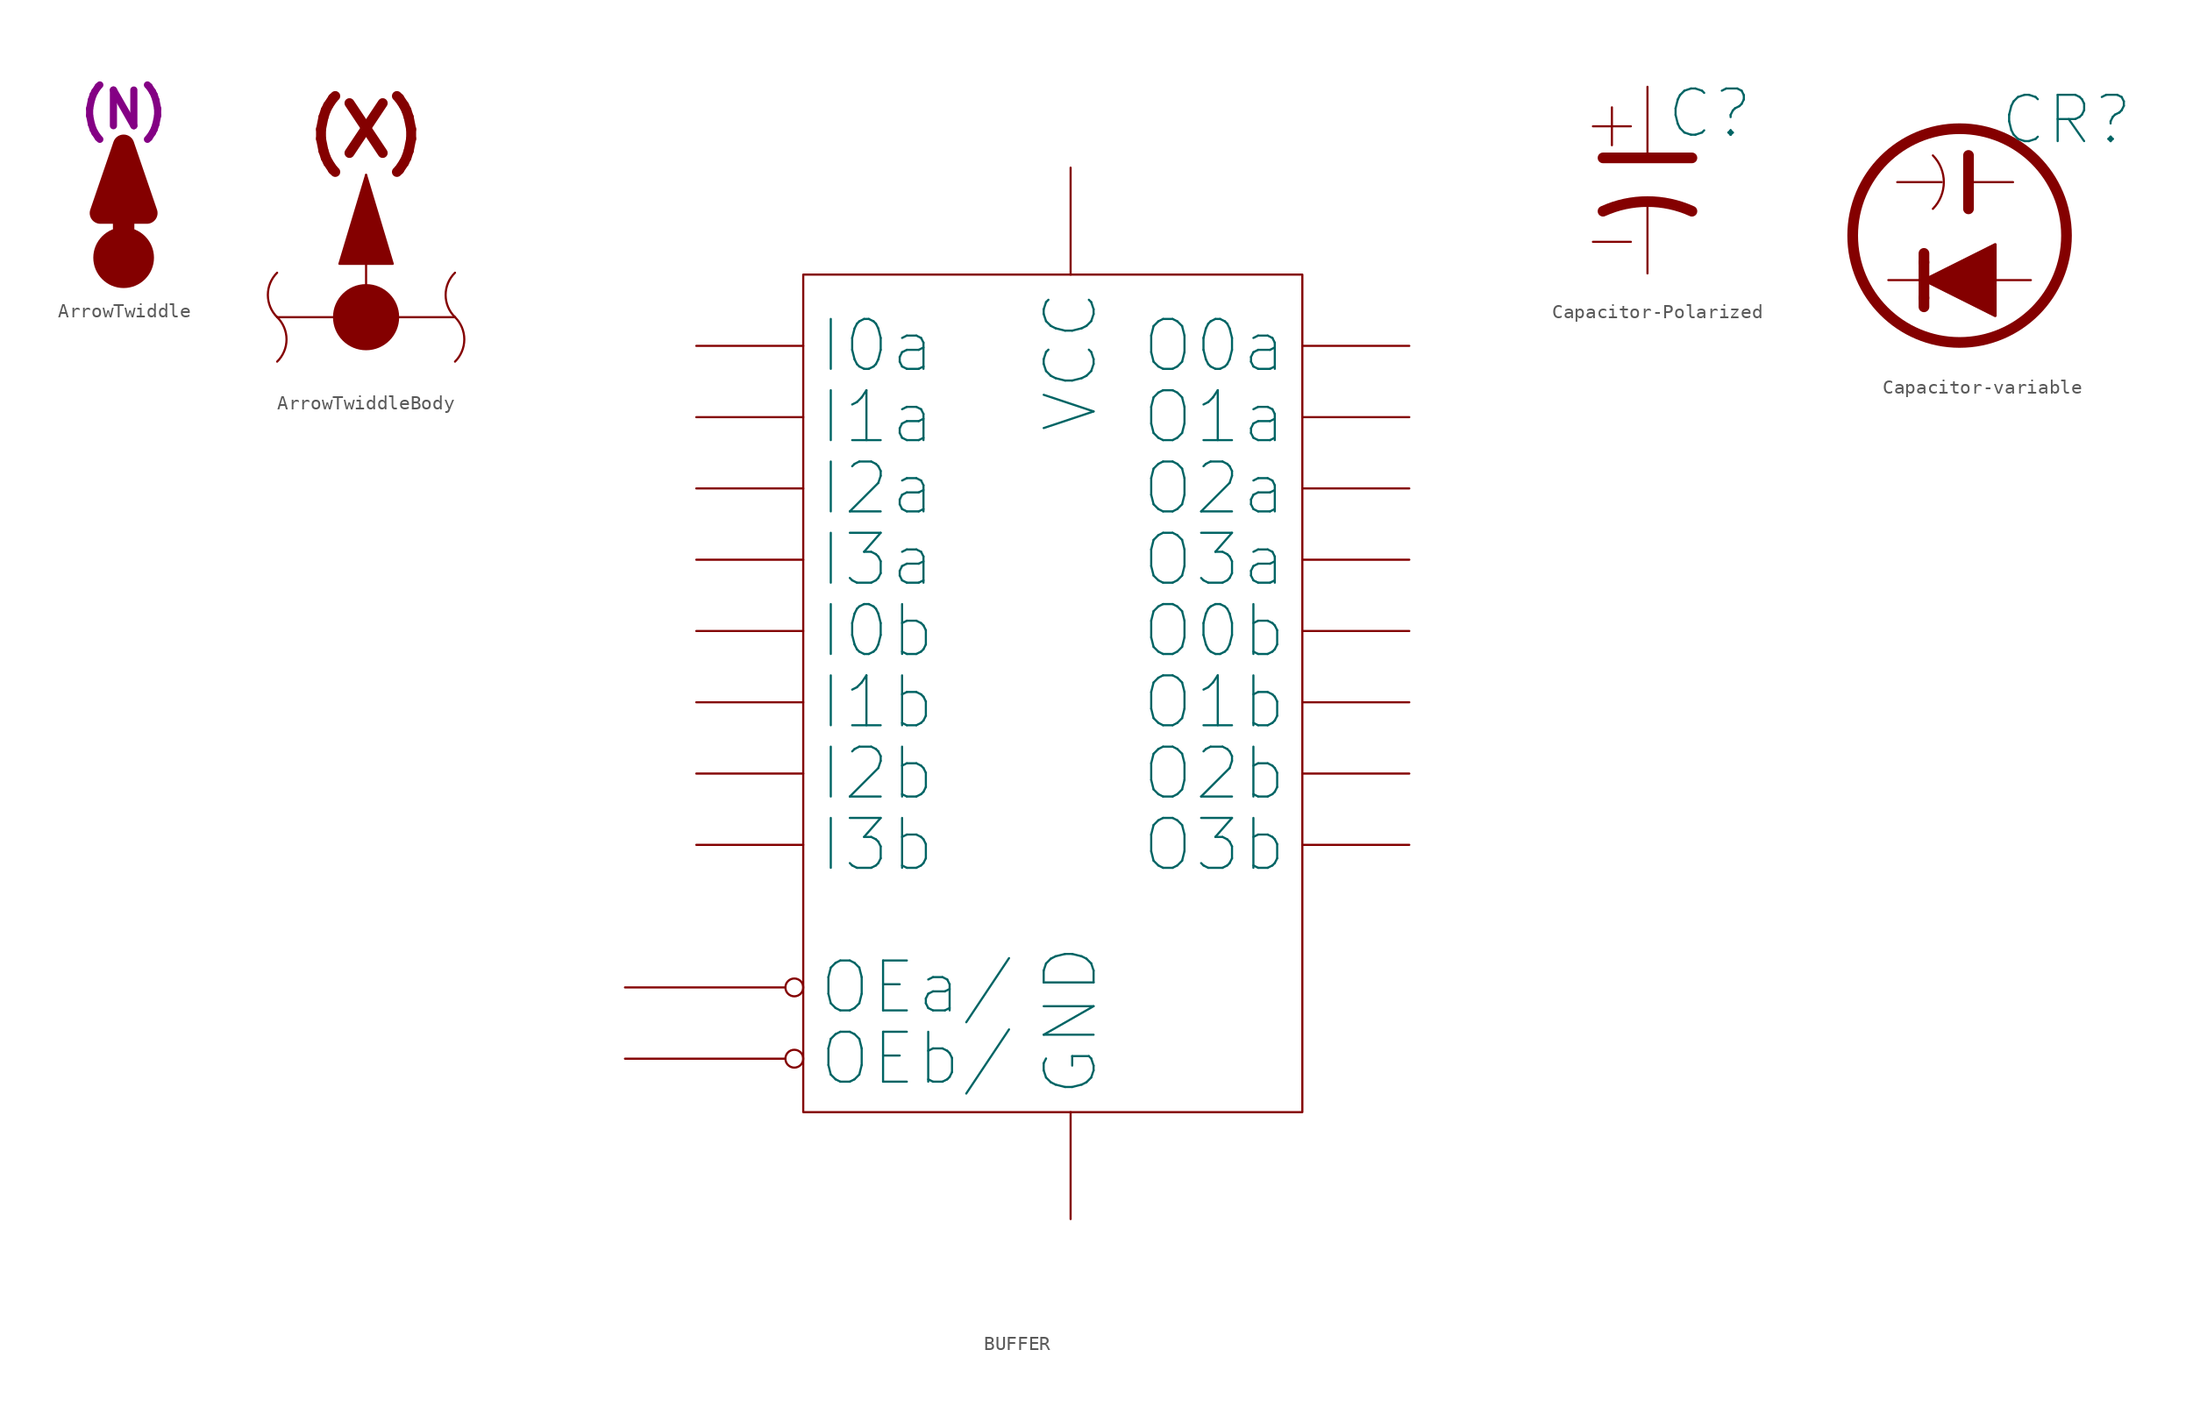
<source format=kicad_sym>
(kicad_symbol_lib
  (version 20211014)
  (generator kicad_symbol_editor)
  (symbol "ArrowTwiddle"
    (pin_numbers hide)
    (pin_names
      (offset 0) hide)
    (property "Reference" "X"
      (at 0 13.335 0)
      (effects (font (size 1.27 1.27)) hide))
    (property "Number" "(N)"
      (at 0 10.541 0)
      (effects (font (size 2.54 2.54) bold)))
    (symbol "ArrowTwiddle_0_0"
      (pin passive line (at 0 0 90) (length 0) (name "pwr" (effects (font (size 1.27 1.27)))) (number "1" (effects (font (size 1.27 1.27))))))
    (symbol "ArrowTwiddle_0_1"
      (polyline (pts (xy 0 0) (xy 0 7.874)) (stroke (width 1.524) (type default) (color 0 0 0 0)) (fill (type none)))
      (polyline (pts (xy 0 8.001) (xy -1.651 3.175) (xy 1.651 3.175) (xy 0 8.001)) (stroke (width 1.524) (type default) (color 0 0 0 0)) (fill (type outline)))
      (circle (center 0 0) (radius 0.635) (stroke (width 1.524) (type default) (color 0 0 0 0)) (fill (type none)))))
  (symbol "ArrowTwiddleBody"
    (pin_names
      (offset 1.016))
    (property "Reference" "X"
      (at 1.905 19.05 0)
      (effects (font (size 3.556 3.556)) hide))
    (symbol "ArrowTwiddleBody_0_0"
      (polyline (pts (xy -6.35 0) (xy 6.35 0)) (stroke (width 0) (type default) (color 0 0 0 0)) (fill (type none)))
      (polyline (pts (xy 0 0) (xy 0 10.16)) (stroke (width 0) (type default) (color 0 0 0 0)) (fill (type none)))
      (text "(X)" (at 0 13.335 0) (effects (font (size 3.556 3.556) bold))))
    (symbol "ArrowTwiddleBody_0_1"
      (arc (start -6.35 -3.175) (mid -5.6797 -1.5838) (end -6.35 0) (stroke (width 0) (type default) (color 0 0 0 0)) (fill (type none)))
      (arc (start -6.35 3.175) (mid -7.0128 1.5839) (end -6.35 0) (stroke (width 0) (type default) (color 0 0 0 0)) (fill (type none)))
      (polyline (pts (xy 0 10.16) (xy -1.905 3.81) (xy 1.905 3.81) (xy 0 10.16)) (stroke (width 0) (type default) (color 0 0 0 0)) (fill (type outline)))
      (circle (center 0 0) (radius 2.286) (stroke (width 0) (type default) (color 0 0 0 0)) (fill (type outline)))
      (arc (start 6.35 -3.175) (mid 7.0128 -1.5839) (end 6.35 0) (stroke (width 0) (type default) (color 0 0 0 0)) (fill (type none)))
      (arc (start 6.35 3.175) (mid 5.6797 1.5838) (end 6.35 0) (stroke (width 0) (type default) (color 0 0 0 0)) (fill (type none)))))
  (symbol "BUFFER"
    (pin_numbers hide)
    (pin_names
      (offset 1.016))
    (property "Reference" "B"
      (at -7.62 0 0)
      (effects (font (size 3.556 3.556)) hide))
    (symbol "BUFFER_0_1"
      (polyline (pts (xy -7.62 -5.08) (xy -7.62 -64.77) (xy 27.94 -64.77) (xy 27.94 -5.08) (xy -7.62 -5.08)) (stroke (width 0) (type default) (color 0 0 0 0)) (fill (type none))))
    (symbol "BUFFER_1_1"
      (pin input inverted (at -20.32 -55.88 0) (length 12.7) (name "OEa/" (effects (font (size 3.556 3.556)))) (number "1" (effects (font (size 3.556 3.556)))))
      (pin power_in line (at 11.43 -72.39 90) (length 7.62) (name "GND" (effects (font (size 3.556 3.556)))) (number "10" (effects (font (size 3.556 3.556)))))
      (pin input line (at -15.24 -30.48 0) (length 7.62) (name "I0b" (effects (font (size 3.556 3.556)))) (number "11" (effects (font (size 3.556 3.556)))))
      (pin tri_state line (at 35.56 -25.4 180) (length 7.62) (name "O3a" (effects (font (size 3.556 3.556)))) (number "12" (effects (font (size 3.556 3.556)))))
      (pin input line (at -15.24 -35.56 0) (length 7.62) (name "I1b" (effects (font (size 3.556 3.556)))) (number "13" (effects (font (size 3.556 3.556)))))
      (pin tri_state line (at 35.56 -20.32 180) (length 7.62) (name "O2a" (effects (font (size 3.556 3.556)))) (number "14" (effects (font (size 3.556 3.556)))))
      (pin input line (at -15.24 -40.64 0) (length 7.62) (name "I2b" (effects (font (size 3.556 3.556)))) (number "15" (effects (font (size 3.556 3.556)))))
      (pin tri_state line (at 35.56 -15.24 180) (length 7.62) (name "O1a" (effects (font (size 3.556 3.556)))) (number "16" (effects (font (size 3.556 3.556)))))
      (pin input line (at -15.24 -45.72 0) (length 7.62) (name "I3b" (effects (font (size 3.556 3.556)))) (number "17" (effects (font (size 3.556 3.556)))))
      (pin tri_state line (at 35.56 -10.16 180) (length 7.62) (name "O0a" (effects (font (size 3.556 3.556)))) (number "18" (effects (font (size 3.556 3.556)))))
      (pin input inverted (at -20.32 -60.96 0) (length 12.7) (name "OEb/" (effects (font (size 3.556 3.556)))) (number "19" (effects (font (size 3.556 3.556)))))
      (pin input line (at -15.24 -10.16 0) (length 7.62) (name "I0a" (effects (font (size 3.556 3.556)))) (number "2" (effects (font (size 3.556 3.556)))))
      (pin power_in line (at 11.43 2.54 270) (length 7.62) (name "VCC" (effects (font (size 3.556 3.556)))) (number "20" (effects (font (size 3.556 3.556)))))
      (pin tri_state line (at 35.56 -45.72 180) (length 7.62) (name "O3b" (effects (font (size 3.556 3.556)))) (number "3" (effects (font (size 3.556 3.556)))))
      (pin input line (at -15.24 -15.24 0) (length 7.62) (name "I1a" (effects (font (size 3.556 3.556)))) (number "4" (effects (font (size 3.556 3.556)))))
      (pin tri_state line (at 35.56 -40.64 180) (length 7.62) (name "O2b" (effects (font (size 3.556 3.556)))) (number "5" (effects (font (size 3.556 3.556)))))
      (pin input line (at -15.24 -20.32 0) (length 7.62) (name "I2a" (effects (font (size 3.556 3.556)))) (number "6" (effects (font (size 3.556 3.556)))))
      (pin tri_state line (at 35.56 -35.56 180) (length 7.62) (name "O1b" (effects (font (size 3.556 3.556)))) (number "7" (effects (font (size 3.556 3.556)))))
      (pin input line (at -15.24 -25.4 0) (length 7.62) (name "I3a" (effects (font (size 3.556 3.556)))) (number "8" (effects (font (size 3.556 3.556)))))
      (pin tri_state line (at 35.56 -30.48 180) (length 7.62) (name "O0b" (effects (font (size 3.556 3.556)))) (number "9" (effects (font (size 3.556 3.556)))))))
  (symbol "Capacitor-Polarized"
    (pin_numbers hide)
    (pin_names
      (offset 0) hide)
    (property "Reference" "C"
      (at 4.445 5.08 0)
      (effects (font (size 3.302 3.302))))
    (symbol "Capacitor-Polarized_0_0"
      (text "+" (at -2.54 4.445 0) (effects (font (size 3.556 3.556))))
      (text "-" (at -2.54 -3.81 0) (effects (font (size 3.556 3.556)))))
    (symbol "Capacitor-Polarized_0_1"
      (polyline (pts (xy -3.175 1.905) (xy 3.175 1.905)) (stroke (width 0.762) (type default) (color 0 0 0 0)) (fill (type none)))
      (arc (start 3.175 -1.905) (mid 0 -1.2173) (end -3.175 -1.905) (stroke (width 0.762) (type default) (color 0 0 0 0)) (fill (type none))))
    (symbol "Capacitor-Polarized_1_1"
      (pin passive line (at 0 6.985 270) (length 5.08) (name "1" (effects (font (size 1.27 1.27)))) (number "1" (effects (font (size 1.27 1.27)))))
      (pin passive line (at 0 -6.35 90) (length 5.08) (name "2" (effects (font (size 1.27 1.27)))) (number "2" (effects (font (size 1.27 1.27)))))))
  (symbol "Capacitor-variable"
    (pin_numbers hide)
    (pin_names
      (offset 1.016) hide)
    (property "Reference" "CR"
      (at 7.62 11.43 0)
      (effects (font (size 3.302 3.302))))
    (symbol "Capacitor-variable_0_1"
      (arc (start -1.905 5.08) (mid -1.1233 6.985) (end -1.905 8.89) (stroke (width 0) (type default) (color 0 0 0 0)) (fill (type none)))
      (polyline (pts (xy -2.54 -1.27) (xy -2.54 -1.905)) (stroke (width 0.762) (type default) (color 0 0 0 0)) (fill (type none)))
      (polyline (pts (xy -2.54 1.27) (xy -2.54 -1.27)) (stroke (width 0.762) (type default) (color 0 0 0 0)) (fill (type none)))
      (polyline (pts (xy -2.54 1.27) (xy -2.54 1.905)) (stroke (width 0.762) (type default) (color 0 0 0 0)) (fill (type none)))
      (polyline (pts (xy -1.27 6.985) (xy -4.445 6.985)) (stroke (width 0) (type default) (color 0 0 0 0)) (fill (type none)))
      (polyline (pts (xy 0.635 8.89) (xy 0.635 5.08)) (stroke (width 0.762) (type default) (color 0 0 0 0)) (fill (type none)))
      (polyline (pts (xy -2.54 0) (xy 2.54 -2.54) (xy 2.54 2.54) (xy -2.54 0)) (stroke (width 0.203) (type default) (color 0 0 0 0)) (fill (type outline)))
      (polyline (pts (xy 2.54 6.985) (xy 0.635 6.985) (xy 2.54 6.985) (xy 3.81 6.985) (xy 0.635 6.985)) (stroke (width 0) (type default) (color 0 0 0 0)) (fill (type none)))
      (circle (center 0 3.175) (radius 7.62) (stroke (width 0.762) (type default) (color 0 0 0 0)) (fill (type none))))
    (symbol "Capacitor-variable_1_1"
      (pin passive line (at -5.08 0 0) (length 2.54) (name "K" (effects (font (size 1.27 1.27)))) (number "1" (effects (font (size 1.27 1.27)))))
      (pin passive line (at 5.08 0 180) (length 2.54) (name "A" (effects (font (size 1.27 1.27)))) (number "2" (effects (font (size 1.27 1.27))))))))
</source>
